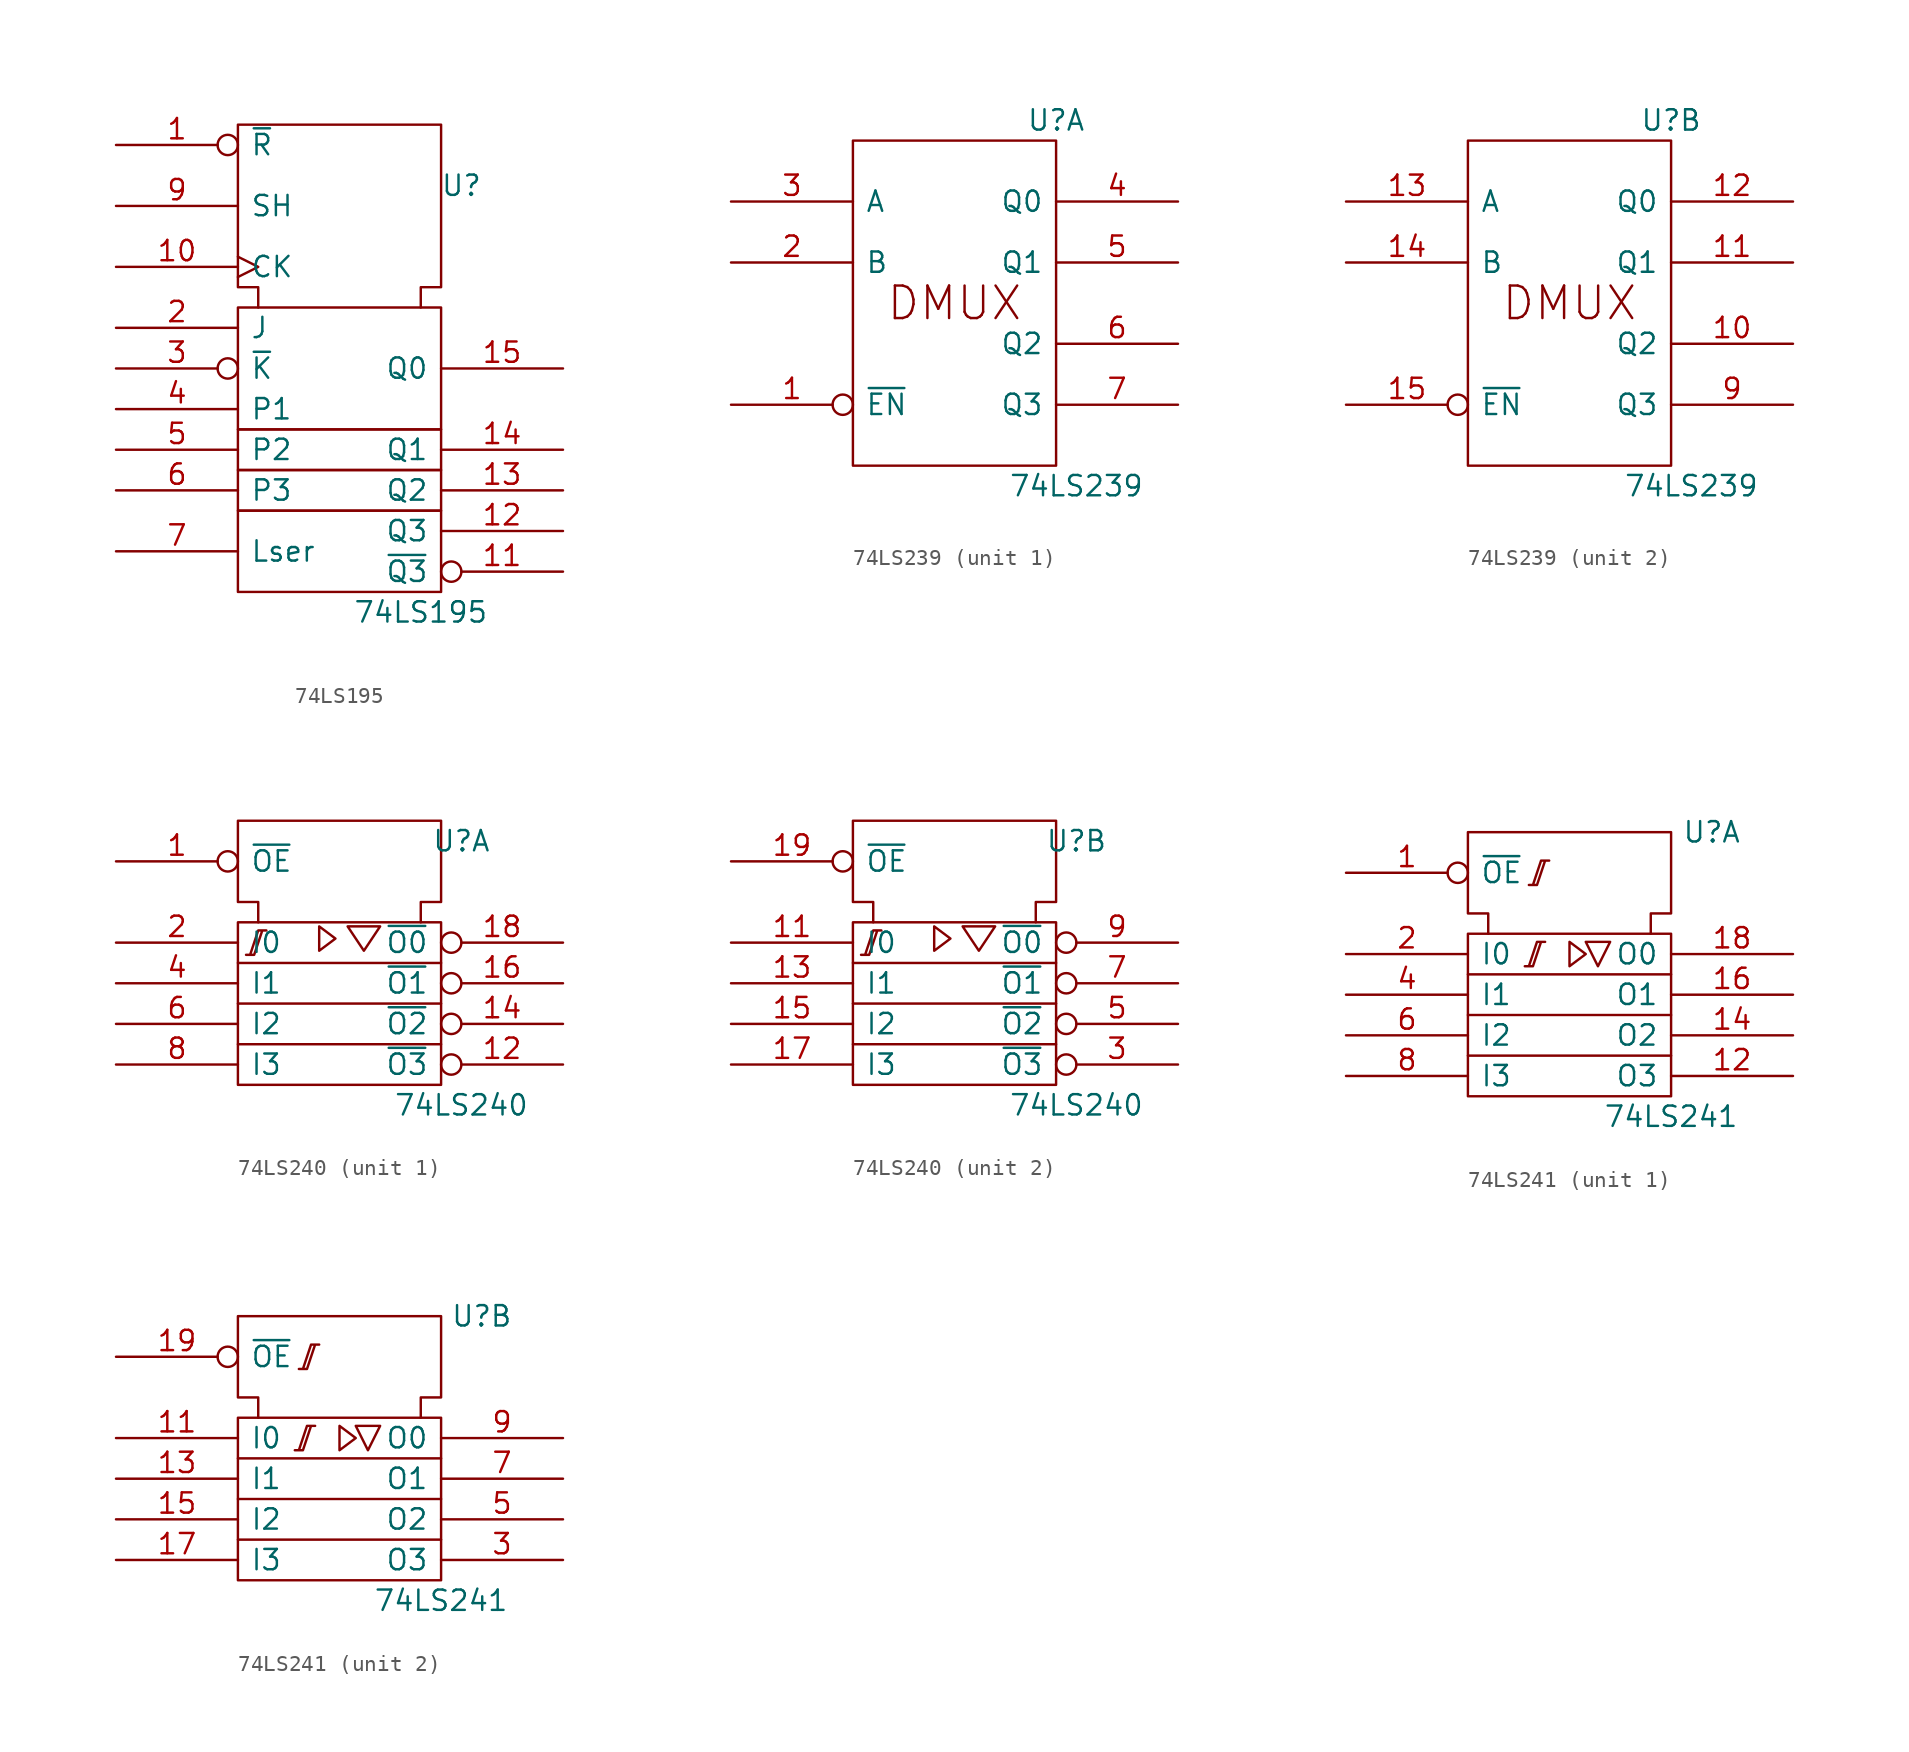
<source format=kicad_sym>
(kicad_symbol_lib
  (version 20201005)
  (generator kicad_symbol_editor)
  (symbol "74LS195"
    (pin_names
      (offset 0.762))
    (property "Reference" "U"
      (at 7.62 8.89 0)
      (effects (font (size 1.27 1.27))))
    (property "Value" "74LS195"
      (at 5.08 -17.78 0)
      (effects (font (size 1.27 1.27))))
    (symbol "74LS195_0_0"
      (rectangle (start -6.35 -11.43) (end 6.35 -16.51) (stroke (width 0)) (fill (type none)))
      (rectangle (start -6.35 -8.89) (end 6.35 -11.43) (stroke (width 0)) (fill (type none)))
      (rectangle (start -6.35 -6.35) (end 6.35 -8.89) (stroke (width 0)) (fill (type none)))
      (rectangle (start -6.35 1.27) (end 6.35 -6.35) (stroke (width 0)) (fill (type none)))
      (polyline (pts (xy -5.08 1.27) (xy -5.08 2.54) (xy -6.35 2.54) (xy -6.35 12.7) (xy 6.35 12.7) (xy 6.35 2.54) (xy 5.08 2.54) (xy 5.08 1.27) (xy 5.08 1.27)) (stroke (width 0)) (fill (type none)))
      (pin power_in line (at 0 12.7 270) (length 0) hide (name "GND" (effects (font (size 1.27 1.27)))) (number "8" (effects (font (size 1.27 1.27)))))
      (pin power_in line (at -13.97 -13.97 0) (length 7.62) (name "Lser" (effects (font (size 1.27 1.27)))) (number "7" (effects (font (size 1.27 1.27))))))
    (symbol "74LS195_0_1"
      (pin power_in line (at 3.81 12.7 270) (length 0) hide (name "Vdd" (effects (font (size 1.27 1.27)))) (number "16" (effects (font (size 1.27 1.27))))))
    (symbol "74LS195_1_1"
      (pin input inverted (at 13.97 -15.24 180) (length 7.62) (name "~Q3" (effects (font (size 1.27 1.27)))) (number "11" (effects (font (size 1.27 1.27)))))
      (pin output line (at 13.97 -12.7 180) (length 7.62) (name "Q3" (effects (font (size 1.27 1.27)))) (number "12" (effects (font (size 1.27 1.27)))))
      (pin output line (at 13.97 -10.16 180) (length 7.62) (name "Q2" (effects (font (size 1.27 1.27)))) (number "13" (effects (font (size 1.27 1.27)))))
      (pin output line (at 13.97 -7.62 180) (length 7.62) (name "Q1" (effects (font (size 1.27 1.27)))) (number "14" (effects (font (size 1.27 1.27)))))
      (pin output line (at 13.97 -2.54 180) (length 7.62) (name "Q0" (effects (font (size 1.27 1.27)))) (number "15" (effects (font (size 1.27 1.27)))))
      (pin input line (at -13.97 -10.16 0) (length 7.62) (name "P3" (effects (font (size 1.27 1.27)))) (number "6" (effects (font (size 1.27 1.27)))))
      (pin input line (at -13.97 -7.62 0) (length 7.62) (name "P2" (effects (font (size 1.27 1.27)))) (number "5" (effects (font (size 1.27 1.27)))))
      (pin input line (at -13.97 -5.08 0) (length 7.62) (name "P1" (effects (font (size 1.27 1.27)))) (number "4" (effects (font (size 1.27 1.27)))))
      (pin input inverted (at -13.97 -2.54 0) (length 7.62) (name "~K" (effects (font (size 1.27 1.27)))) (number "3" (effects (font (size 1.27 1.27)))))
      (pin input line (at -13.97 0 0) (length 7.62) (name "J" (effects (font (size 1.27 1.27)))) (number "2" (effects (font (size 1.27 1.27)))))
      (pin input clock (at -13.97 3.81 0) (length 7.62) (name "CK" (effects (font (size 1.27 1.27)))) (number "10" (effects (font (size 1.27 1.27)))))
      (pin input line (at -13.97 7.62 0) (length 7.62) (name "SH" (effects (font (size 1.27 1.27)))) (number "9" (effects (font (size 1.27 1.27)))))
      (pin input inverted (at -13.97 11.43 0) (length 7.62) (name "~R" (effects (font (size 1.27 1.27)))) (number "1" (effects (font (size 1.27 1.27)))))))
  (symbol "74LS239"
    (pin_names
      (offset 0.762))
    (property "Reference" "U"
      (at 6.35 11.43 0)
      (effects (font (size 1.27 1.27))))
    (property "Value" "74LS239"
      (at 7.62 -11.43 0)
      (effects (font (size 1.27 1.27))))
    (symbol "74LS239_0_0"
      (text "DMUX" (at 0 0 0) (effects (font (size 2.032 2.032))))
      (rectangle (start -6.35 10.16) (end 6.35 -10.16) (stroke (width 0)) (fill (type none)))
      (pin power_in line (at 0 10.16 270) (length 0) hide (name "VCC" (effects (font (size 1.27 1.27)))) (number "16" (effects (font (size 1.27 1.27)))))
      (pin power_in line (at 0 -10.16 90) (length 0) hide (name "GND" (effects (font (size 1.27 1.27)))) (number "8" (effects (font (size 1.27 1.27))))))
    (symbol "74LS239_1_1"
      (pin output line (at 13.97 -6.35 180) (length 7.62) (name "Q3" (effects (font (size 1.27 1.27)))) (number "7" (effects (font (size 1.27 1.27)))))
      (pin output line (at 13.97 -2.54 180) (length 7.62) (name "Q2" (effects (font (size 1.27 1.27)))) (number "6" (effects (font (size 1.27 1.27)))))
      (pin output line (at 13.97 2.54 180) (length 7.62) (name "Q1" (effects (font (size 1.27 1.27)))) (number "5" (effects (font (size 1.27 1.27)))))
      (pin output line (at 13.97 6.35 180) (length 7.62) (name "Q0" (effects (font (size 1.27 1.27)))) (number "4" (effects (font (size 1.27 1.27)))))
      (pin input inverted (at -13.97 -6.35 0) (length 7.62) (name "~EN" (effects (font (size 1.27 1.27)))) (number "1" (effects (font (size 1.27 1.27)))))
      (pin input line (at -13.97 2.54 0) (length 7.62) (name "B" (effects (font (size 1.27 1.27)))) (number "2" (effects (font (size 1.27 1.27)))))
      (pin input line (at -13.97 6.35 0) (length 7.62) (name "A" (effects (font (size 1.27 1.27)))) (number "3" (effects (font (size 1.27 1.27))))))
    (symbol "74LS239_2_1"
      (pin output line (at 13.97 -6.35 180) (length 7.62) (name "Q3" (effects (font (size 1.27 1.27)))) (number "9" (effects (font (size 1.27 1.27)))))
      (pin output line (at 13.97 -2.54 180) (length 7.62) (name "Q2" (effects (font (size 1.27 1.27)))) (number "10" (effects (font (size 1.27 1.27)))))
      (pin output line (at 13.97 2.54 180) (length 7.62) (name "Q1" (effects (font (size 1.27 1.27)))) (number "11" (effects (font (size 1.27 1.27)))))
      (pin output line (at 13.97 6.35 180) (length 7.62) (name "Q0" (effects (font (size 1.27 1.27)))) (number "12" (effects (font (size 1.27 1.27)))))
      (pin input inverted (at -13.97 -6.35 0) (length 7.62) (name "~EN" (effects (font (size 1.27 1.27)))) (number "15" (effects (font (size 1.27 1.27)))))
      (pin input line (at -13.97 2.54 0) (length 7.62) (name "B" (effects (font (size 1.27 1.27)))) (number "14" (effects (font (size 1.27 1.27)))))
      (pin input line (at -13.97 6.35 0) (length 7.62) (name "A" (effects (font (size 1.27 1.27)))) (number "13" (effects (font (size 1.27 1.27)))))))
  (symbol "74LS240"
    (pin_names
      (offset 0.762))
    (property "Reference" "U"
      (at 7.62 8.89 0)
      (effects (font (size 1.27 1.27))))
    (property "Value" "74LS240"
      (at 7.62 -7.62 0)
      (effects (font (size 1.27 1.27))))
    (symbol "74LS240_0_0"
      (polyline (pts (xy 0.762 3.556) (xy 2.54 3.556) (xy 1.524 2.032) (xy 0.508 3.556) (xy 0.762 3.556) (xy 0.762 3.556)) (stroke (width 0)) (fill (type none)))
      (polyline (pts (xy -1.27 3.556) (xy -1.27 2.032) (xy -0.254 2.794) (xy -1.27 3.556) (xy -1.27 3.556)) (stroke (width 0)) (fill (type none))))
    (symbol "74LS240_0_1"
      (rectangle (start -6.35 3.81) (end 6.35 -6.35) (stroke (width 0)) (fill (type none)))
      (polyline (pts (xy -5.08 3.81) (xy -5.08 5.08) (xy -6.35 5.08) (xy -6.35 10.16) (xy 6.35 10.16) (xy 6.35 5.08) (xy 5.08 5.08) (xy 5.08 3.81) (xy 5.08 3.81)) (stroke (width 0)) (fill (type none)))
      (polyline (pts (xy -6.35 -1.27) (xy 6.35 -1.27) (xy 6.35 -1.27)) (stroke (width 0)) (fill (type none)))
      (polyline (pts (xy -6.35 1.27) (xy 6.35 1.27) (xy 6.35 1.27)) (stroke (width 0)) (fill (type none)))
      (polyline (pts (xy -5.842 1.778) (xy -5.334 1.778) (xy -4.826 3.302) (xy -4.572 3.302) (xy -5.08 3.302) (xy -5.588 1.778) (xy -5.588 1.778)) (stroke (width 0)) (fill (type none)))
      (polyline (pts (xy -6.35 -3.81) (xy 6.35 -3.81) (xy 6.35 -3.81)) (stroke (width 0)) (fill (type none)))
      (pin power_in line (at 1.27 10.16 270) (length 0) hide (name "GND" (effects (font (size 1.27 1.27)))) (number "10" (effects (font (size 1.27 1.27)))))
      (pin power_in line (at 5.08 10.16 270) (length 0) hide (name "VCC" (effects (font (size 1.27 1.27)))) (number "20" (effects (font (size 1.27 1.27))))))
    (symbol "74LS240_1_1"
      (pin tri_state inverted (at 13.97 -5.08 180) (length 7.62) (name "~O3" (effects (font (size 1.27 1.27)))) (number "12" (effects (font (size 1.27 1.27)))))
      (pin tri_state inverted (at 13.97 -2.54 180) (length 7.62) (name "~O2" (effects (font (size 1.27 1.27)))) (number "14" (effects (font (size 1.27 1.27)))))
      (pin tri_state inverted (at 13.97 0 180) (length 7.62) (name "~O1" (effects (font (size 1.27 1.27)))) (number "16" (effects (font (size 1.27 1.27)))))
      (pin tri_state inverted (at 13.97 2.54 180) (length 7.62) (name "~O0" (effects (font (size 1.27 1.27)))) (number "18" (effects (font (size 1.27 1.27)))))
      (pin input line (at -13.97 -5.08 0) (length 7.62) (name "I3" (effects (font (size 1.27 1.27)))) (number "8" (effects (font (size 1.27 1.27)))))
      (pin input line (at -13.97 -2.54 0) (length 7.62) (name "I2" (effects (font (size 1.27 1.27)))) (number "6" (effects (font (size 1.27 1.27)))))
      (pin input line (at -13.97 0 0) (length 7.62) (name "I1" (effects (font (size 1.27 1.27)))) (number "4" (effects (font (size 1.27 1.27)))))
      (pin input line (at -13.97 2.54 0) (length 7.62) (name "I0" (effects (font (size 1.27 1.27)))) (number "2" (effects (font (size 1.27 1.27)))))
      (pin input inverted (at -13.97 7.62 0) (length 7.62) (name "~OE" (effects (font (size 1.27 1.27)))) (number "1" (effects (font (size 1.27 1.27))))))
    (symbol "74LS240_2_1"
      (pin tri_state inverted (at 13.97 -5.08 180) (length 7.62) (name "~O3" (effects (font (size 1.27 1.27)))) (number "3" (effects (font (size 1.27 1.27)))))
      (pin tri_state inverted (at 13.97 -2.54 180) (length 7.62) (name "~O2" (effects (font (size 1.27 1.27)))) (number "5" (effects (font (size 1.27 1.27)))))
      (pin tri_state inverted (at 13.97 0 180) (length 7.62) (name "~O1" (effects (font (size 1.27 1.27)))) (number "7" (effects (font (size 1.27 1.27)))))
      (pin tri_state inverted (at 13.97 2.54 180) (length 7.62) (name "~O0" (effects (font (size 1.27 1.27)))) (number "9" (effects (font (size 1.27 1.27)))))
      (pin input line (at -13.97 -5.08 0) (length 7.62) (name "I3" (effects (font (size 1.27 1.27)))) (number "17" (effects (font (size 1.27 1.27)))))
      (pin input line (at -13.97 -2.54 0) (length 7.62) (name "I2" (effects (font (size 1.27 1.27)))) (number "15" (effects (font (size 1.27 1.27)))))
      (pin input line (at -13.97 0 0) (length 7.62) (name "I1" (effects (font (size 1.27 1.27)))) (number "13" (effects (font (size 1.27 1.27)))))
      (pin input line (at -13.97 2.54 0) (length 7.62) (name "I0" (effects (font (size 1.27 1.27)))) (number "11" (effects (font (size 1.27 1.27)))))
      (pin input inverted (at -13.97 7.62 0) (length 7.62) (name "~OE" (effects (font (size 1.27 1.27)))) (number "19" (effects (font (size 1.27 1.27)))))))
  (symbol "74LS241"
    (pin_names
      (offset 0.762))
    (property "Reference" "U"
      (at 8.89 10.16 0)
      (effects (font (size 1.27 1.27))))
    (property "Value" "74LS241"
      (at 6.35 -7.62 0)
      (effects (font (size 1.27 1.27))))
    (symbol "74LS241_0_0"
      (polyline (pts (xy 1.016 3.302) (xy 2.54 3.302) (xy 1.778 1.778) (xy 1.016 3.302) (xy 1.016 3.302)) (stroke (width 0)) (fill (type none)))
      (pin power_in line (at 1.27 10.16 270) (length 0) hide (name "GND" (effects (font (size 1.27 1.27)))) (number "10" (effects (font (size 1.27 1.27)))))
      (pin power_in line (at 5.08 10.16 270) (length 0) hide (name "VCC" (effects (font (size 1.27 1.27)))) (number "20" (effects (font (size 1.27 1.27))))))
    (symbol "74LS241_0_1"
      (rectangle (start -6.35 3.81) (end 6.35 -6.35) (stroke (width 0)) (fill (type none)))
      (polyline (pts (xy -5.08 3.81) (xy -5.08 5.08) (xy -6.35 5.08) (xy -6.35 10.16) (xy 6.35 10.16) (xy 6.35 5.08) (xy 5.08 5.08) (xy 5.08 3.81) (xy 5.08 3.81)) (stroke (width 0)) (fill (type none)))
      (polyline (pts (xy 0 3.302) (xy 0 1.778) (xy 1.016 2.54) (xy 0 3.302) (xy 0 3.302)) (stroke (width 0)) (fill (type none)))
      (polyline (pts (xy 6.35 -3.81) (xy -6.35 -3.81) (xy -6.35 -3.81)) (stroke (width 0)) (fill (type none)))
      (polyline (pts (xy -6.35 -1.27) (xy 6.35 -1.27) (xy 6.35 -1.27)) (stroke (width 0)) (fill (type none)))
      (polyline (pts (xy 6.35 1.27) (xy -6.35 1.27) (xy -6.35 1.27)) (stroke (width 0)) (fill (type none)))
      (polyline (pts (xy -2.794 1.778) (xy -2.286 1.778) (xy -1.778 3.302) (xy -1.524 3.302) (xy -2.032 3.302) (xy -2.54 1.778) (xy -2.54 1.778)) (stroke (width 0)) (fill (type none)))
      (polyline (pts (xy -2.54 6.858) (xy -2.032 6.858) (xy -1.524 8.382) (xy -1.27 8.382) (xy -1.778 8.382) (xy -2.286 6.858) (xy -2.286 6.858)) (stroke (width 0)) (fill (type none))))
    (symbol "74LS241_1_1"
      (pin tri_state line (at 13.97 -5.08 180) (length 7.62) (name "O3" (effects (font (size 1.27 1.27)))) (number "12" (effects (font (size 1.27 1.27)))))
      (pin tri_state line (at 13.97 -2.54 180) (length 7.62) (name "O2" (effects (font (size 1.27 1.27)))) (number "14" (effects (font (size 1.27 1.27)))))
      (pin tri_state line (at 13.97 0 180) (length 7.62) (name "O1" (effects (font (size 1.27 1.27)))) (number "16" (effects (font (size 1.27 1.27)))))
      (pin tri_state line (at 13.97 2.54 180) (length 7.62) (name "O0" (effects (font (size 1.27 1.27)))) (number "18" (effects (font (size 1.27 1.27)))))
      (pin input line (at -13.97 -5.08 0) (length 7.62) (name "I3" (effects (font (size 1.27 1.27)))) (number "8" (effects (font (size 1.27 1.27)))))
      (pin input line (at -13.97 -2.54 0) (length 7.62) (name "I2" (effects (font (size 1.27 1.27)))) (number "6" (effects (font (size 1.27 1.27)))))
      (pin input line (at -13.97 0 0) (length 7.62) (name "I1" (effects (font (size 1.27 1.27)))) (number "4" (effects (font (size 1.27 1.27)))))
      (pin input line (at -13.97 2.54 0) (length 7.62) (name "I0" (effects (font (size 1.27 1.27)))) (number "2" (effects (font (size 1.27 1.27)))))
      (pin input inverted (at -13.97 7.62 0) (length 7.62) (name "~OE" (effects (font (size 1.27 1.27)))) (number "1" (effects (font (size 1.27 1.27))))))
    (symbol "74LS241_2_1"
      (pin tri_state line (at 13.97 -5.08 180) (length 7.62) (name "O3" (effects (font (size 1.27 1.27)))) (number "3" (effects (font (size 1.27 1.27)))))
      (pin tri_state line (at 13.97 -2.54 180) (length 7.62) (name "O2" (effects (font (size 1.27 1.27)))) (number "5" (effects (font (size 1.27 1.27)))))
      (pin tri_state line (at 13.97 0 180) (length 7.62) (name "O1" (effects (font (size 1.27 1.27)))) (number "7" (effects (font (size 1.27 1.27)))))
      (pin tri_state line (at 13.97 2.54 180) (length 7.62) (name "O0" (effects (font (size 1.27 1.27)))) (number "9" (effects (font (size 1.27 1.27)))))
      (pin input line (at -13.97 -5.08 0) (length 7.62) (name "I3" (effects (font (size 1.27 1.27)))) (number "17" (effects (font (size 1.27 1.27)))))
      (pin input line (at -13.97 -2.54 0) (length 7.62) (name "I2" (effects (font (size 1.27 1.27)))) (number "15" (effects (font (size 1.27 1.27)))))
      (pin input line (at -13.97 0 0) (length 7.62) (name "I1" (effects (font (size 1.27 1.27)))) (number "13" (effects (font (size 1.27 1.27)))))
      (pin input line (at -13.97 2.54 0) (length 7.62) (name "I0" (effects (font (size 1.27 1.27)))) (number "11" (effects (font (size 1.27 1.27)))))
      (pin input inverted (at -13.97 7.62 0) (length 7.62) (name "~OE" (effects (font (size 1.27 1.27)))) (number "19" (effects (font (size 1.27 1.27))))))))
</source>
